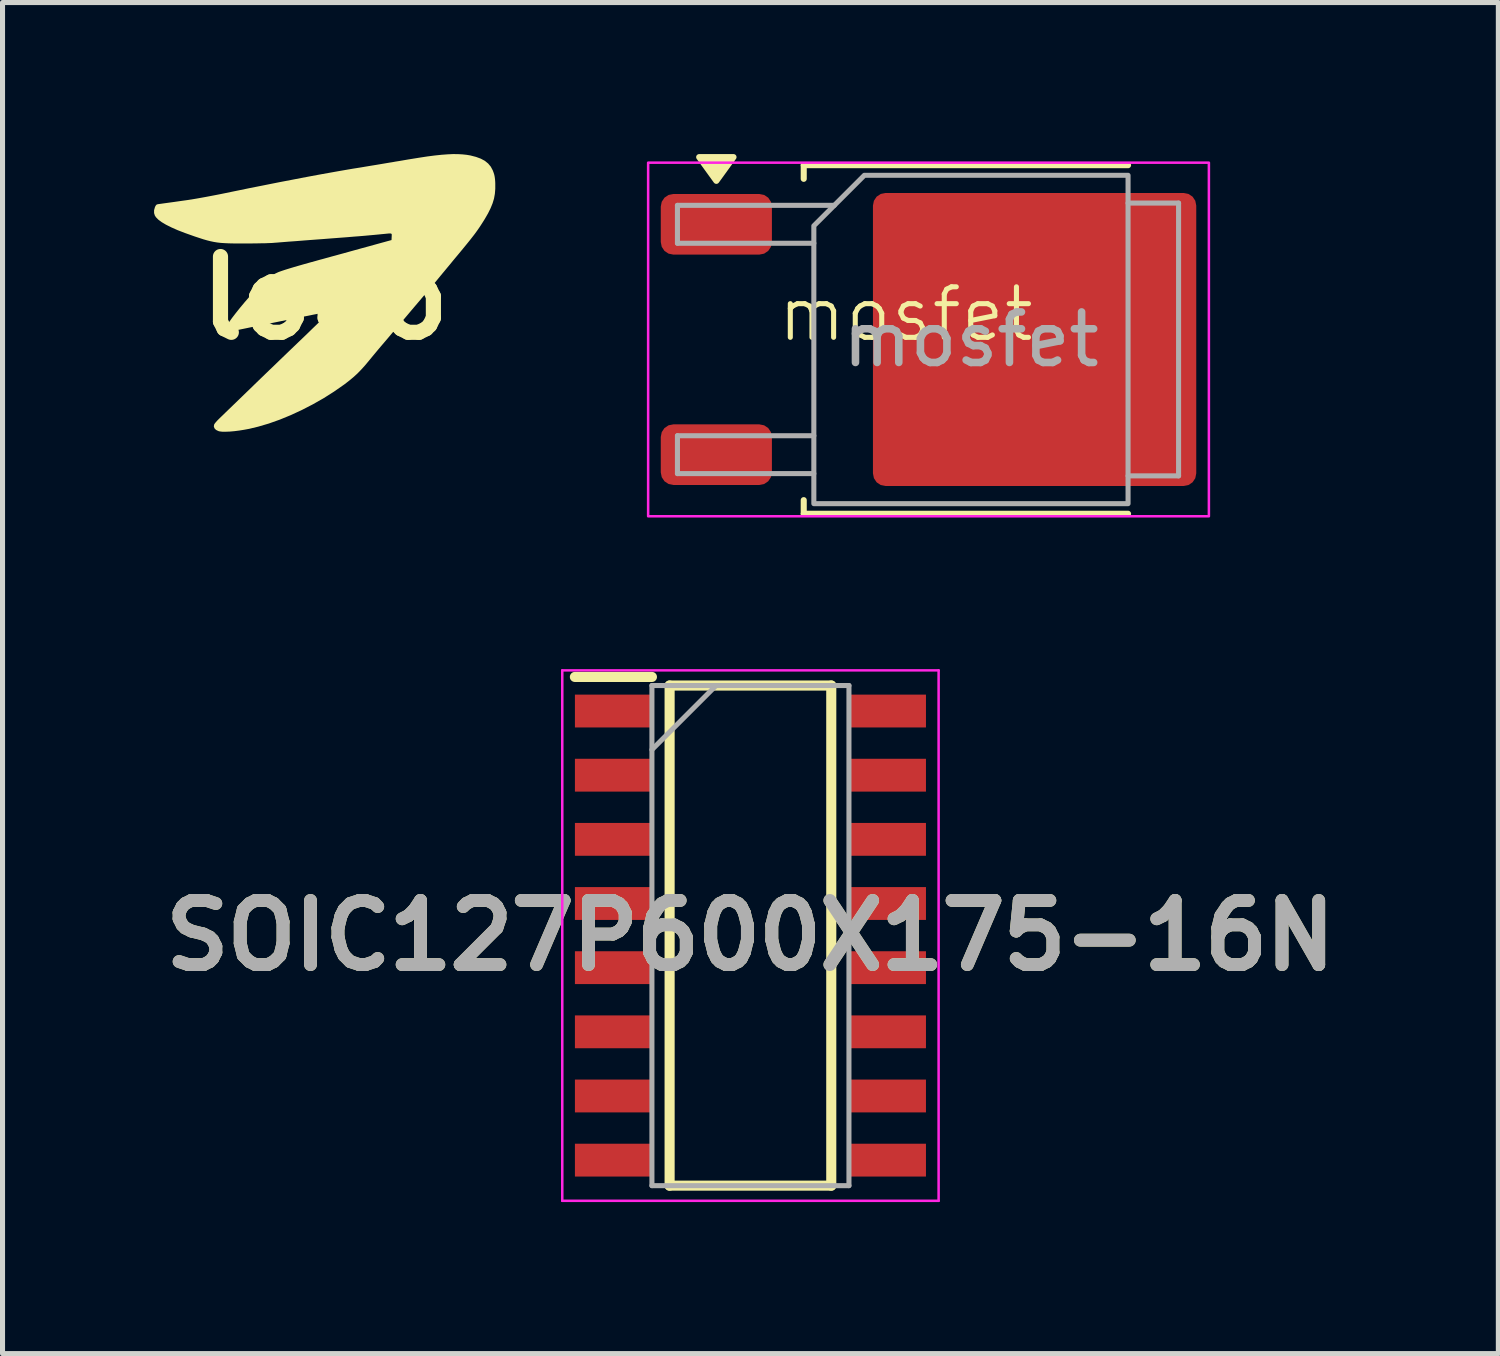
<source format=kicad_pcb>
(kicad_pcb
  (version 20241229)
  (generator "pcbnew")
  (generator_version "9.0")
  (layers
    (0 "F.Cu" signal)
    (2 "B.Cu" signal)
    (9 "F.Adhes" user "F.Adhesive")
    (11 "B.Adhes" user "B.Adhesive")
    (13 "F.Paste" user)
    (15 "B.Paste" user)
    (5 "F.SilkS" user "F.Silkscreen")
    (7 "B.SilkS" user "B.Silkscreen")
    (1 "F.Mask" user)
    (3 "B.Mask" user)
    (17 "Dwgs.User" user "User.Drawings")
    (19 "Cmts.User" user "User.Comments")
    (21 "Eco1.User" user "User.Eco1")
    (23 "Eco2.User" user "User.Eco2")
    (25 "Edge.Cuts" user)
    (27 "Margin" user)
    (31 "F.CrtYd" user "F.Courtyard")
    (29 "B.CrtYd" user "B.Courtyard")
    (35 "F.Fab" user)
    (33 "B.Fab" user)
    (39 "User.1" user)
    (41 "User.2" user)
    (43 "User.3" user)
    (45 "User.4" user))
  (footprint "mosfet"
    (layer "F.Cu")
    (at 14.88 3.67)
    (property "Reference" "mosfet" (at 0 -0.5 0) (unlocked yes) (layer "F.SilkS") (effects (font (size 1 1) (thickness 0.1))))
    (attr smd)
    (fp_line (start -2.02 -3.45) (end -2.02 -3.18) (stroke (width 0.12) (type solid)) (layer "F.SilkS"))
    (fp_line (start -2.02 3.45) (end -2.02 3.18) (stroke (width 0.12) (type solid)) (layer "F.SilkS"))
    (fp_line (start 4.4 -3.45) (end -2.02 -3.45) (stroke (width 0.12) (type solid)) (layer "F.SilkS"))
    (fp_line (start 4.4 3.45) (end -2.02 3.45) (stroke (width 0.12) (type solid)) (layer "F.SilkS"))
    (fp_poly (pts (xy -3.75 -3.14) (xy -4.09 -3.61) (xy -3.41 -3.61)) (stroke (width 0.12) (type solid)) (fill yes) (layer "F.SilkS"))
    (fp_rect (start -5.1 -3.5) (end 6 3.5) (stroke (width 0.05) (type solid)) (fill no) (layer "F.CrtYd"))
    (fp_line (start -4.52 -2.655) (end -4.52 -1.905) (stroke (width 0.1) (type solid)) (layer "F.Fab"))
    (fp_line (start -4.52 -1.905) (end -1.82 -1.905) (stroke (width 0.1) (type solid)) (layer "F.Fab"))
    (fp_line (start -4.52 1.905) (end -4.52 2.655) (stroke (width 0.1) (type solid)) (layer "F.Fab"))
    (fp_line (start -4.52 2.655) (end -1.82 2.655) (stroke (width 0.1) (type solid)) (layer "F.Fab"))
    (fp_line (start -1.82 1.905) (end -4.52 1.905) (stroke (width 0.1) (type solid)) (layer "F.Fab"))
    (fp_line (start -1.415 -2.655) (end -4.52 -2.655) (stroke (width 0.1) (type solid)) (layer "F.Fab"))
    (fp_line (start 4.4 -2.7) (end 5.4 -2.7) (stroke (width 0.1) (type solid)) (layer "F.Fab"))
    (fp_line (start 5.4 -2.7) (end 5.4 2.7) (stroke (width 0.1) (type solid)) (layer "F.Fab"))
    (fp_line (start 5.4 2.7) (end 4.4 2.7) (stroke (width 0.1) (type solid)) (layer "F.Fab"))
    (fp_poly (pts (xy 4.4 -3.25) (xy 4.4 3.25) (xy -1.82 3.25) (xy -1.82 -2.25) (xy -0.82 -3.25)) (stroke (width 0.1) (type solid)) (fill no) (layer "F.Fab"))
    (fp_text user "${REFERENCE}" (at 1.29 0 0) (layer "F.Fab") (effects (font (size 1 1) (thickness 0.15))))
    (pad "" smd roundrect (at 0.875 -1.525) (size 3.05 2.75) (layers "F.Paste") (roundrect_rratio 0.091))
    (pad "" smd roundrect (at 0.875 1.525) (size 3.05 2.75) (layers "F.Paste") (roundrect_rratio 0.091))
    (pad "" smd roundrect (at 4.225 -1.525) (size 3.05 2.75) (layers "F.Paste") (roundrect_rratio 0.091))
    (pad "" smd roundrect (at 4.225 1.525) (size 3.05 2.75) (layers "F.Paste") (roundrect_rratio 0.091))
    (pad "1" smd roundrect (at 2.55 0) (size 6.4 5.8) (layers "F.Cu" "F.Mask") (roundrect_rratio 0.043))
    (pad "2" smd roundrect (at -3.75 -2.28) (size 2.2 1.2) (layers "F.Cu" "F.Mask" "F.Paste") (roundrect_rratio 0.208))
    (pad "3" smd roundrect (at -3.75 2.28) (size 2.2 1.2) (layers "F.Cu" "F.Mask" "F.Paste") (roundrect_rratio 0.208)))
  (footprint "SOIC127P600X175-16N"
    (layer "F.Cu")
    (at 11.805 15.47)
    (property "Reference" "SOIC127P600X175-16N" (at 0 0 0) (layer "F.SilkS") (effects (font (size 1.27 1.27) (thickness 0.254))))
    (attr smd)
    (fp_line (start -3.475 -5.12) (end -1.95 -5.12) (stroke (width 0.2) (type solid)) (layer "F.SilkS"))
    (fp_line (start -1.6 -4.95) (end 1.6 -4.95) (stroke (width 0.2) (type solid)) (layer "F.SilkS"))
    (fp_line (start -1.6 4.95) (end -1.6 -4.95) (stroke (width 0.2) (type solid)) (layer "F.SilkS"))
    (fp_line (start 1.6 -4.95) (end 1.6 4.95) (stroke (width 0.2) (type solid)) (layer "F.SilkS"))
    (fp_line (start 1.6 4.95) (end -1.6 4.95) (stroke (width 0.2) (type solid)) (layer "F.SilkS"))
    (fp_line (start -3.725 -5.25) (end 3.725 -5.25) (stroke (width 0.05) (type solid)) (layer "F.CrtYd"))
    (fp_line (start -3.725 5.25) (end -3.725 -5.25) (stroke (width 0.05) (type solid)) (layer "F.CrtYd"))
    (fp_line (start 3.725 -5.25) (end 3.725 5.25) (stroke (width 0.05) (type solid)) (layer "F.CrtYd"))
    (fp_line (start 3.725 5.25) (end -3.725 5.25) (stroke (width 0.05) (type solid)) (layer "F.CrtYd"))
    (fp_line (start -1.95 -4.95) (end 1.95 -4.95) (stroke (width 0.1) (type solid)) (layer "F.Fab"))
    (fp_line (start -1.95 -3.68) (end -0.68 -4.95) (stroke (width 0.1) (type solid)) (layer "F.Fab"))
    (fp_line (start -1.95 4.95) (end -1.95 -4.95) (stroke (width 0.1) (type solid)) (layer "F.Fab"))
    (fp_line (start 1.95 -4.95) (end 1.95 4.95) (stroke (width 0.1) (type solid)) (layer "F.Fab"))
    (fp_line (start 1.95 4.95) (end -1.95 4.95) (stroke (width 0.1) (type solid)) (layer "F.Fab"))
    (fp_text user "${REFERENCE}" (at 0 0 0) (layer "F.Fab") (effects (font (size 1.27 1.27) (thickness 0.254))))
    (pad "1" smd rect (at -2.712 -4.445 90) (size 0.65 1.525) (layers "F.Cu" "F.Mask" "F.Paste"))
    (pad "2" smd rect (at -2.712 -3.175 90) (size 0.65 1.525) (layers "F.Cu" "F.Mask" "F.Paste"))
    (pad "3" smd rect (at -2.712 -1.905 90) (size 0.65 1.525) (layers "F.Cu" "F.Mask" "F.Paste"))
    (pad "4" smd rect (at -2.712 -0.635 90) (size 0.65 1.525) (layers "F.Cu" "F.Mask" "F.Paste"))
    (pad "5" smd rect (at -2.712 0.635 90) (size 0.65 1.525) (layers "F.Cu" "F.Mask" "F.Paste"))
    (pad "6" smd rect (at -2.712 1.905 90) (size 0.65 1.525) (layers "F.Cu" "F.Mask" "F.Paste"))
    (pad "7" smd rect (at -2.712 3.175 90) (size 0.65 1.525) (layers "F.Cu" "F.Mask" "F.Paste"))
    (pad "8" smd rect (at -2.712 4.445 90) (size 0.65 1.525) (layers "F.Cu" "F.Mask" "F.Paste"))
    (pad "9" smd rect (at 2.712 4.445 90) (size 0.65 1.525) (layers "F.Cu" "F.Mask" "F.Paste"))
    (pad "10" smd rect (at 2.712 3.175 90) (size 0.65 1.525) (layers "F.Cu" "F.Mask" "F.Paste"))
    (pad "11" smd rect (at 2.712 1.905 90) (size 0.65 1.525) (layers "F.Cu" "F.Mask" "F.Paste"))
    (pad "12" smd rect (at 2.712 0.635 90) (size 0.65 1.525) (layers "F.Cu" "F.Mask" "F.Paste"))
    (pad "13" smd rect (at 2.712 -0.635 90) (size 0.65 1.525) (layers "F.Cu" "F.Mask" "F.Paste"))
    (pad "14" smd rect (at 2.712 -1.905 90) (size 0.65 1.525) (layers "F.Cu" "F.Mask" "F.Paste"))
    (pad "15" smd rect (at 2.712 -3.175 90) (size 0.65 1.525) (layers "F.Cu" "F.Mask" "F.Paste"))
    (pad "16" smd rect (at 2.712 -4.445 90) (size 0.65 1.525) (layers "F.Cu" "F.Mask" "F.Paste")))
  (footprint "logo"
    (layer "F.Cu")
    (at 3.386 2.85)
    (property "Reference" "logo" (at 0 0 0) (layer "F.SilkS") (effects (font (size 1.5 1.5) (thickness 0.3))))
    (attr board_only exclude_from_pos_files exclude_from_bom)
    (fp_poly (pts (xy 2.63 -2.849) (xy 2.72 -2.844) (xy 2.803 -2.835) (xy 2.874 -2.823) (xy 2.987 -2.794) (xy 3.082 -2.759) (xy 3.162 -2.716) (xy 3.227 -2.663) (xy 3.279 -2.601) (xy 3.318 -2.528) (xy 3.337 -2.477) (xy 3.349 -2.437) (xy 3.357 -2.397) (xy 3.363 -2.352) (xy 3.367 -2.296) (xy 3.368 -2.265) (xy 3.368 -2.161) (xy 3.36 -2.063) (xy 3.343 -1.969) (xy 3.315 -1.876) (xy 3.276 -1.78) (xy 3.225 -1.677) (xy 3.161 -1.566) (xy 3.138 -1.529) (xy 3.107 -1.48) (xy 3.078 -1.435) (xy 3.05 -1.393) (xy 3.021 -1.351) (xy 2.991 -1.309) (xy 2.958 -1.264) (xy 2.92 -1.215) (xy 2.878 -1.161) (xy 2.829 -1.1) (xy 2.772 -1.03) (xy 2.707 -0.951) (xy 2.631 -0.859) (xy 2.544 -0.755) (xy 2.53 -0.738) (xy 2.473 -0.668) (xy 2.417 -0.601) (xy 2.366 -0.539) (xy 2.32 -0.484) (xy 2.281 -0.437) (xy 2.251 -0.4) (xy 2.231 -0.376) (xy 2.227 -0.371) (xy 2.215 -0.356) (xy 2.191 -0.327) (xy 2.156 -0.286) (xy 2.112 -0.234) (xy 2.06 -0.172) (xy 2 -0.102) (xy 1.935 -0.024) (xy 1.864 0.06) (xy 1.788 0.149) (xy 1.71 0.241) (xy 1.63 0.336) (xy 1.549 0.432) (xy 1.468 0.527) (xy 1.388 0.621) (xy 1.311 0.712) (xy 1.237 0.8) (xy 1.167 0.882) (xy 1.103 0.957) (xy 1.103 0.957) (xy 1.054 1.015) (xy 0.999 1.081) (xy 0.944 1.147) (xy 0.893 1.209) (xy 0.871 1.236) (xy 0.789 1.334) (xy 0.712 1.419) (xy 0.638 1.495) (xy 0.561 1.565) (xy 0.478 1.634) (xy 0.385 1.706) (xy 0.371 1.716) (xy 0.176 1.852) (xy -0.029 1.982) (xy -0.242 2.103) (xy -0.459 2.215) (xy -0.679 2.317) (xy -0.898 2.407) (xy -1.115 2.484) (xy -1.326 2.546) (xy -1.5 2.588) (xy -1.602 2.607) (xy -1.702 2.623) (xy -1.797 2.635) (xy -1.886 2.643) (xy -1.966 2.646) (xy -2.033 2.646) (xy -2.086 2.64) (xy -2.113 2.633) (xy -2.16 2.61) (xy -2.19 2.579) (xy -2.203 2.543) (xy -2.198 2.506) (xy -2.186 2.485) (xy -2.162 2.455) (xy -2.128 2.418) (xy -2.098 2.388) (xy -2.061 2.352) (xy -2.015 2.308) (xy -1.963 2.257) (xy -1.909 2.205) (xy -1.861 2.159) (xy -1.821 2.12) (xy -1.77 2.071) (xy -1.709 2.012) (xy -1.642 1.947) (xy -1.571 1.878) (xy -1.498 1.808) (xy -1.426 1.738) (xy -1.407 1.719) (xy -1.349 1.663) (xy -1.28 1.596) (xy -1.2 1.519) (xy -1.111 1.433) (xy -1.016 1.342) (xy -0.917 1.246) (xy -0.814 1.147) (xy -0.71 1.047) (xy -0.608 0.949) (xy -0.508 0.853) (xy -0.506 0.851) (xy -0.415 0.764) (xy -0.329 0.681) (xy -0.249 0.603) (xy -0.174 0.531) (xy -0.107 0.465) (xy -0.048 0.408) (xy 0.002 0.359) (xy 0.041 0.32) (xy 0.069 0.292) (xy 0.085 0.276) (xy 0.088 0.272) (xy 0.08 0.267) (xy 0.066 0.268) (xy 0.053 0.271) (xy 0.022 0.277) (xy -0.025 0.287) (xy -0.085 0.299) (xy -0.157 0.314) (xy -0.24 0.33) (xy -0.331 0.349) (xy -0.429 0.368) (xy -0.513 0.385) (xy -0.697 0.422) (xy -0.866 0.456) (xy -1.023 0.488) (xy -1.172 0.518) (xy -1.318 0.548) (xy -1.464 0.577) (xy -1.613 0.608) (xy -1.721 0.63) (xy -1.845 0.656) (xy -1.885 0.635) (xy -1.914 0.615) (xy -1.936 0.591) (xy -1.94 0.585) (xy -1.956 0.554) (xy -1.904 0.48) (xy -1.842 0.393) (xy -1.768 0.297) (xy -1.685 0.193) (xy -1.596 0.086) (xy -1.513 -0.01) (xy -1.426 -0.108) (xy -1.349 -0.191) (xy -1.28 -0.262) (xy -1.217 -0.322) (xy -1.158 -0.373) (xy -1.101 -0.416) (xy -1.045 -0.452) (xy -0.988 -0.484) (xy -0.931 -0.511) (xy -0.9 -0.523) (xy -0.851 -0.54) (xy -0.788 -0.561) (xy -0.71 -0.585) (xy -0.621 -0.612) (xy -0.521 -0.641) (xy -0.413 -0.672) (xy -0.299 -0.704) (xy -0.179 -0.737) (xy -0.112 -0.756) (xy -0.086 -0.763) (xy -0.055 -0.771) (xy -0.019 -0.781) (xy 0.024 -0.793) (xy 0.073 -0.806) (xy 0.132 -0.823) (xy 0.2 -0.841) (xy 0.279 -0.863) (xy 0.371 -0.888) (xy 0.475 -0.917) (xy 0.594 -0.95) (xy 0.728 -0.987) (xy 0.879 -1.028) (xy 1.026 -1.069) (xy 1.314 -1.148) (xy 1.317 -1.214) (xy 1.318 -1.238) (xy 1.319 -1.256) (xy 1.315 -1.269) (xy 1.306 -1.276) (xy 1.288 -1.279) (xy 1.259 -1.278) (xy 1.216 -1.274) (xy 1.157 -1.268) (xy 1.133 -1.266) (xy 1.054 -1.258) (xy 0.97 -1.25) (xy 0.88 -1.242) (xy 0.783 -1.233) (xy 0.676 -1.224) (xy 0.558 -1.215) (xy 0.428 -1.204) (xy 0.283 -1.193) (xy 0.124 -1.181) (xy -0.053 -1.167) (xy -0.176 -1.158) (xy -0.296 -1.149) (xy -0.413 -1.14) (xy -0.525 -1.131) (xy -0.631 -1.123) (xy -0.729 -1.116) (xy -0.816 -1.109) (xy -0.891 -1.103) (xy -0.951 -1.098) (xy -0.996 -1.095) (xy -1.016 -1.093) (xy -1.057 -1.09) (xy -1.114 -1.088) (xy -1.186 -1.085) (xy -1.269 -1.084) (xy -1.361 -1.082) (xy -1.458 -1.081) (xy -1.559 -1.08) (xy -1.573 -1.08) (xy -1.7 -1.08) (xy -1.81 -1.081) (xy -1.906 -1.083) (xy -1.991 -1.087) (xy -2.067 -1.092) (xy -2.136 -1.1) (xy -2.203 -1.111) (xy -2.269 -1.125) (xy -2.337 -1.142) (xy -2.41 -1.163) (xy -2.49 -1.189) (xy -2.581 -1.219) (xy -2.612 -1.23) (xy -2.775 -1.288) (xy -2.92 -1.344) (xy -3.044 -1.399) (xy -3.15 -1.452) (xy -3.236 -1.503) (xy -3.302 -1.552) (xy -3.349 -1.6) (xy -3.371 -1.634) (xy -3.386 -1.683) (xy -3.386 -1.739) (xy -3.37 -1.796) (xy -3.362 -1.815) (xy -3.348 -1.838) (xy -3.334 -1.851) (xy -3.311 -1.858) (xy -3.29 -1.861) (xy -3.245 -1.867) (xy -3.189 -1.875) (xy -3.123 -1.884) (xy -3.051 -1.894) (xy -2.977 -1.904) (xy -2.902 -1.915) (xy -2.831 -1.925) (xy -2.766 -1.934) (xy -2.71 -1.942) (xy -2.666 -1.949) (xy -2.638 -1.953) (xy -2.633 -1.954) (xy -2.539 -1.97) (xy -2.449 -1.986) (xy -2.361 -2.002) (xy -2.271 -2.019) (xy -2.177 -2.037) (xy -2.075 -2.057) (xy -1.962 -2.08) (xy -1.837 -2.106) (xy -1.695 -2.135) (xy -1.695 -2.135) (xy -1.497 -2.176) (xy -1.294 -2.216) (xy -1.089 -2.257) (xy -0.883 -2.298) (xy -0.678 -2.337) (xy -0.477 -2.376) (xy -0.281 -2.413) (xy -0.092 -2.448) (xy 0.087 -2.48) (xy 0.255 -2.51) (xy 0.41 -2.537) (xy 0.55 -2.561) (xy 0.664 -2.579) (xy 0.69 -2.583) (xy 0.732 -2.59) (xy 0.785 -2.599) (xy 0.845 -2.609) (xy 0.91 -2.62) (xy 0.923 -2.622) (xy 0.997 -2.634) (xy 1.075 -2.647) (xy 1.152 -2.66) (xy 1.222 -2.672) (xy 1.275 -2.681) (xy 1.327 -2.689) (xy 1.393 -2.701) (xy 1.469 -2.713) (xy 1.55 -2.727) (xy 1.631 -2.741) (xy 1.68 -2.749) (xy 1.86 -2.778) (xy 2.023 -2.803) (xy 2.17 -2.822) (xy 2.303 -2.836) (xy 2.423 -2.845) (xy 2.531 -2.85)) (stroke (width 0) (type solid)) (fill yes) (layer "F.SilkS")))
  (gr_rect
    (start -3 -3)
    (end 26.61 23.745)
    (stroke (width 0.1) (type default))
    (fill no)
    (layer "Edge.Cuts")))
</source>
